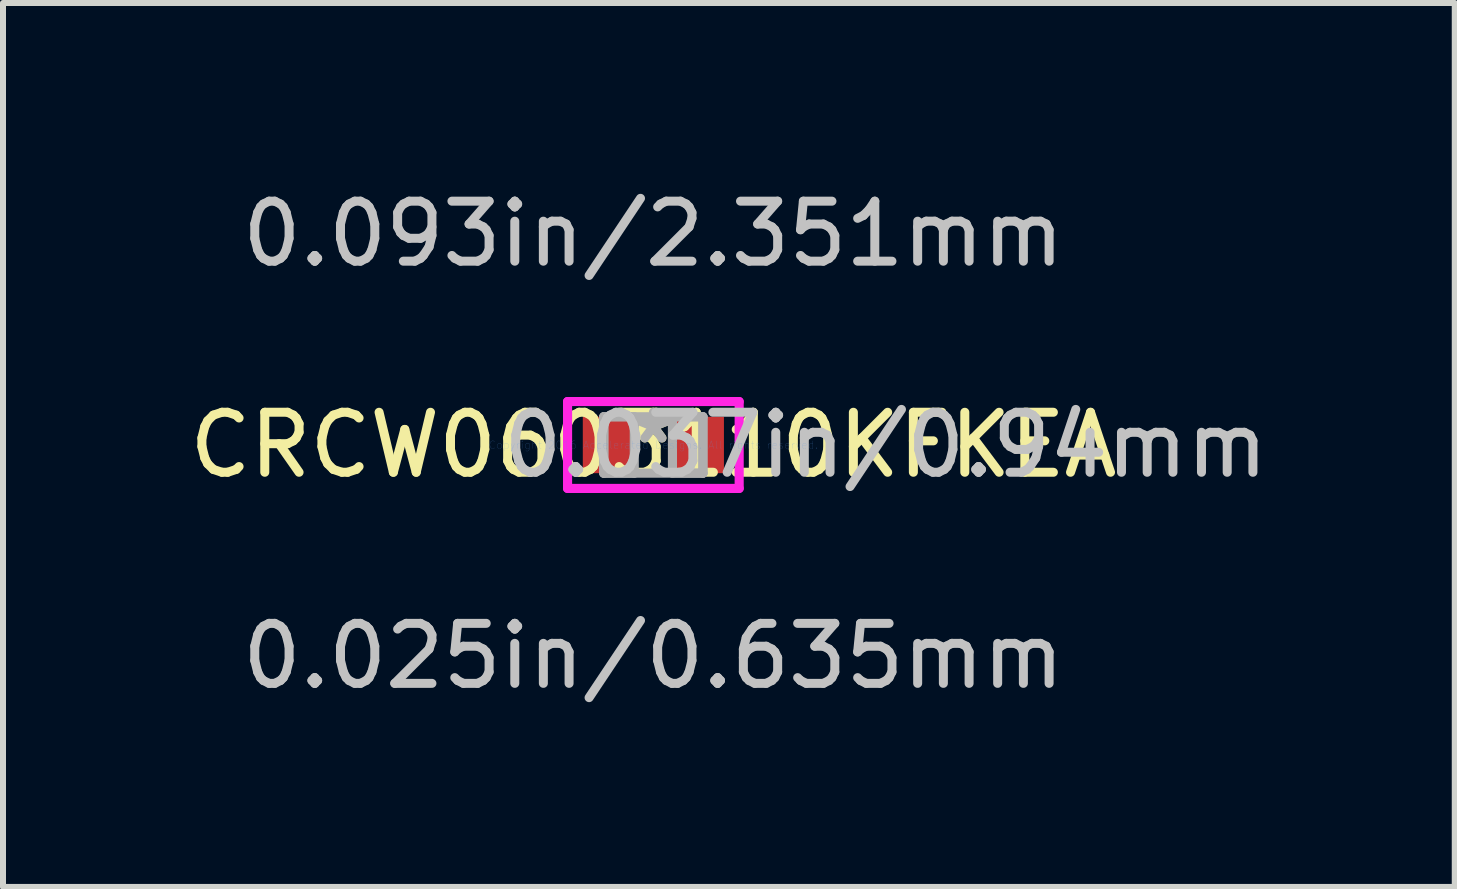
<source format=kicad_pcb>
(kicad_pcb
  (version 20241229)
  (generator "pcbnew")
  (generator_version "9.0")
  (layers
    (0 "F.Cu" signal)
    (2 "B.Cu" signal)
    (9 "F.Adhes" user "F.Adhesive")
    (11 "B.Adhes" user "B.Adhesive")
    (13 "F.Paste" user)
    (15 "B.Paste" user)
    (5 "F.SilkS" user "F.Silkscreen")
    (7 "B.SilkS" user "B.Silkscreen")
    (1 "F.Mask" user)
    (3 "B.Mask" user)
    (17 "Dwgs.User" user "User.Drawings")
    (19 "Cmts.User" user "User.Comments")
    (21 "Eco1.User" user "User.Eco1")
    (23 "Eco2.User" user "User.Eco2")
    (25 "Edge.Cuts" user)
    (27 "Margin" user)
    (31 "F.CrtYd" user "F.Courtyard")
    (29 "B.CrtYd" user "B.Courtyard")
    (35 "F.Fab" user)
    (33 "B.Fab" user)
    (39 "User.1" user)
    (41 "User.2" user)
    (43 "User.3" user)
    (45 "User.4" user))
  (footprint "CRCW0603110KFKEA"
    (layer "F.Cu")
    (at 7.839 4.366)
    (property "Reference" "CRCW0603110KFKEA" (at 0 0 0) (layer "F.SilkS") (effects (font (size 1 1) (thickness 0.15))))
    (attr through_hole)
    (fp_line (start -1.43 -0.724) (end 1.43 -0.724) (stroke (width 0.152) (type solid)) (layer "F.CrtYd"))
    (fp_line (start -1.43 0.724) (end -1.43 -0.724) (stroke (width 0.152) (type solid)) (layer "F.CrtYd"))
    (fp_line (start 1.43 -0.724) (end 1.43 0.724) (stroke (width 0.152) (type solid)) (layer "F.CrtYd"))
    (fp_line (start 1.43 0.724) (end -1.43 0.724) (stroke (width 0.152) (type solid)) (layer "F.CrtYd"))
    (fp_line (start -0.826 -0.47) (end -0.826 0.47) (stroke (width 0.152) (type solid)) (layer "F.Fab"))
    (fp_line (start -0.826 -0.47) (end -0.826 0.47) (stroke (width 0.152) (type solid)) (layer "F.Fab"))
    (fp_line (start -0.826 0.47) (end -0.318 0.47) (stroke (width 0.152) (type solid)) (layer "F.Fab"))
    (fp_line (start -0.826 0.47) (end 0.826 0.47) (stroke (width 0.152) (type solid)) (layer "F.Fab"))
    (fp_line (start -0.318 -0.47) (end -0.826 -0.47) (stroke (width 0.152) (type solid)) (layer "F.Fab"))
    (fp_line (start -0.318 0.47) (end -0.318 -0.47) (stroke (width 0.152) (type solid)) (layer "F.Fab"))
    (fp_line (start 0.318 -0.47) (end 0.318 0.47) (stroke (width 0.152) (type solid)) (layer "F.Fab"))
    (fp_line (start 0.318 0.47) (end 0.826 0.47) (stroke (width 0.152) (type solid)) (layer "F.Fab"))
    (fp_line (start 0.826 -0.47) (end -0.826 -0.47) (stroke (width 0.152) (type solid)) (layer "F.Fab"))
    (fp_line (start 0.826 -0.47) (end 0.318 -0.47) (stroke (width 0.152) (type solid)) (layer "F.Fab"))
    (fp_line (start 0.826 0.47) (end 0.826 -0.47) (stroke (width 0.152) (type solid)) (layer "F.Fab"))
    (fp_line (start 0.826 0.47) (end 0.826 -0.47) (stroke (width 0.152) (type solid)) (layer "F.Fab"))
    (fp_text user "*" (at 0 0 0) (layer "F.SilkS") (effects (font (size 1 1) (thickness 0.15))))
    (fp_text user "0.025in/0.635mm" (at 0 3.518 0) (layer "Dwgs.User") (effects (font (size 1 1) (thickness 0.15))))
    (fp_text user "0.093in/2.351mm" (at 0 -3.518 0) (layer "Dwgs.User") (effects (font (size 1 1) (thickness 0.15))))
    (fp_text user "0.037in/0.94mm" (at 3.873 0 0) (layer "Dwgs.User") (effects (font (size 1 1) (thickness 0.15))))
    (fp_text user "Copyright 2016 Accelerated Designs. All rights reserved." (at 0 0 0) (layer "Cmts.User") (effects (font (size 0.127 0.127) (thickness 0.002))))
    (fp_text user "*" (at 0 0 0) (layer "F.Fab") (effects (font (size 1 1) (thickness 0.15))))
    (pad "1" smd rect (at -0.747 0) (size 0.858 0.94) (layers "F.Cu" "F.Mask" "F.Paste"))
    (pad "2" smd rect (at 0.747 0) (size 0.858 0.94) (layers "F.Cu" "F.Mask" "F.Paste")))
  (gr_rect
    (start -3 -3)
    (end 21.195 11.732)
    (stroke (width 0.1) (type default))
    (fill no)
    (layer "Edge.Cuts")))
</source>
